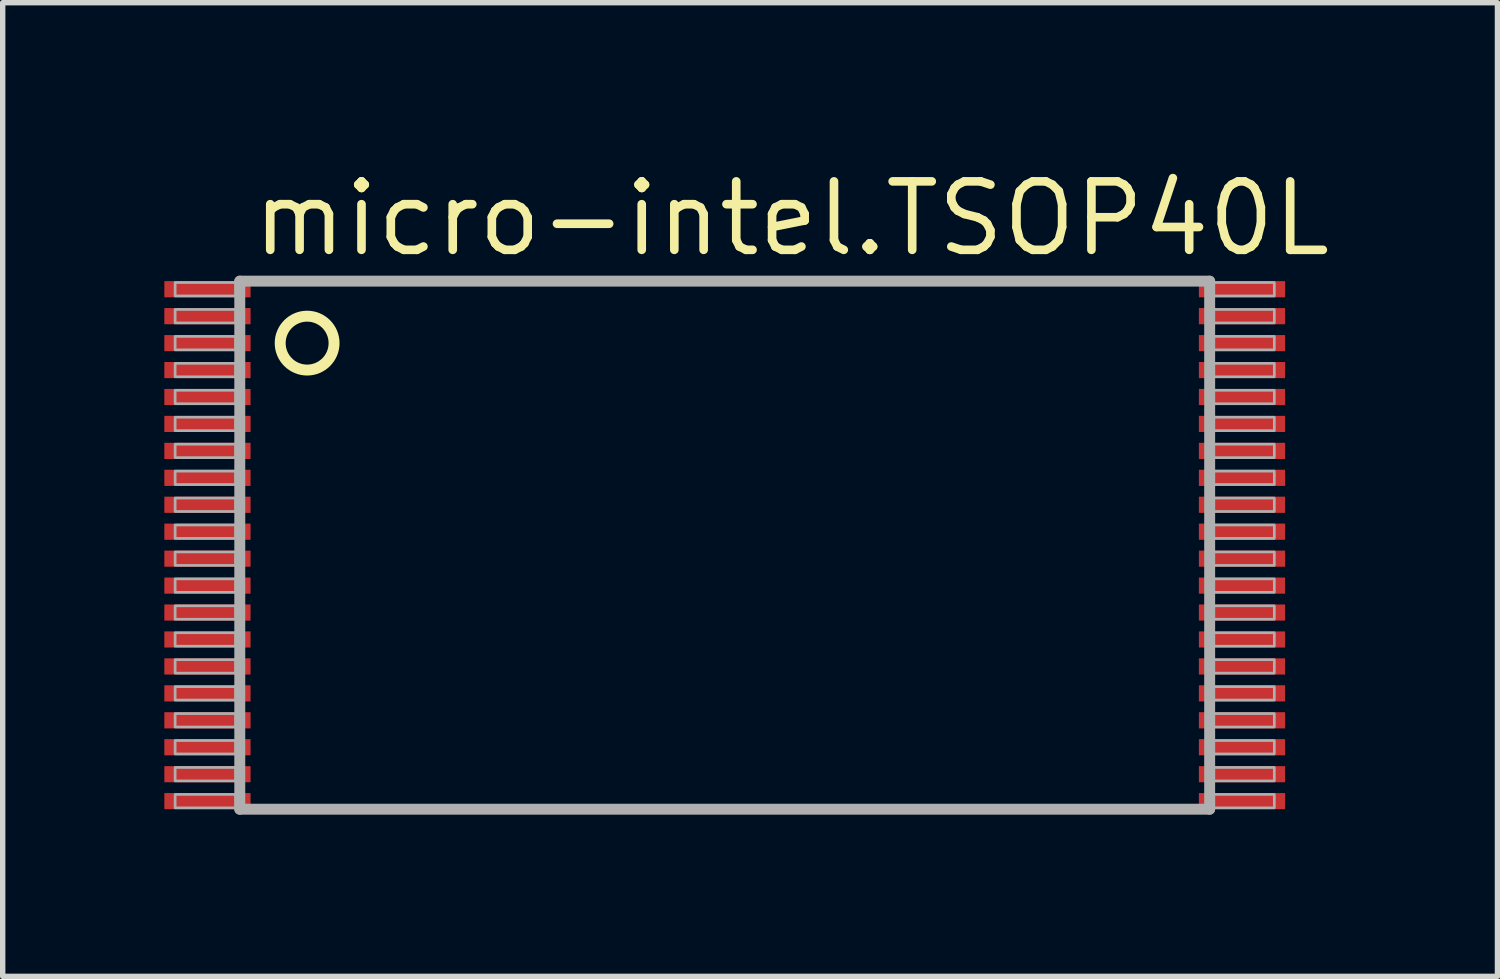
<source format=kicad_pcb>
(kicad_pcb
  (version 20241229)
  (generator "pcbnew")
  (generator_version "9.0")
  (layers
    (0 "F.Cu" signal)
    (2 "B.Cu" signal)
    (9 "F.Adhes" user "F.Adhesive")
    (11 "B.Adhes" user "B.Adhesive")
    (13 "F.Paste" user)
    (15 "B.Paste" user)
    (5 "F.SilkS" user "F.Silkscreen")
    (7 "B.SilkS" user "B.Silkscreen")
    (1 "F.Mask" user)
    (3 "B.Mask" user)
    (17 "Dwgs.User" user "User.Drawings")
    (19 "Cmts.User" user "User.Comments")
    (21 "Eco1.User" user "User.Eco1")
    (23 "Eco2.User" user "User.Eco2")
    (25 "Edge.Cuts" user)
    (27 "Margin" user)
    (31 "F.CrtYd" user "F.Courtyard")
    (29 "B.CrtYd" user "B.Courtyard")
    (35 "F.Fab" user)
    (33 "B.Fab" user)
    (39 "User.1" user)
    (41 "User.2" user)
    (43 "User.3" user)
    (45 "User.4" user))
  (footprint "micro-intel.TSOP40L"
    (layer "F.Cu")
    (at 10.4 7.068)
    (property "Reference" "micro-intel.TSOP40L" (at -8.842 -5.318 0) (layer "F.SilkS") (effects (font (size 1.27 1.27) (thickness 0.16)) (justify left bottom)))
    (attr smd)
    (fp_circle (center -7.75 -3.75) (end -7.25 -3.75) (stroke (width 0.203) (type default)) (fill no) (layer "F.SilkS"))
    (fp_line (start -9 -4.9) (end -9 4.9) (stroke (width 0.203) (type default)) (layer "F.Fab"))
    (fp_line (start -9 4.9) (end 9 4.9) (stroke (width 0.203) (type default)) (layer "F.Fab"))
    (fp_line (start 9 -4.9) (end -9 -4.9) (stroke (width 0.203) (type default)) (layer "F.Fab"))
    (fp_line (start 9 4.9) (end 9 -4.9) (stroke (width 0.203) (type default)) (layer "F.Fab"))
    (fp_rect (start -10.2 -4.625) (end -9.075 -4.875) (stroke (width 0.05) (type default)) (fill no) (layer "F.Fab"))
    (fp_rect (start -10.2 -4.125) (end -9.075 -4.375) (stroke (width 0.05) (type default)) (fill no) (layer "F.Fab"))
    (fp_rect (start -10.2 -3.625) (end -9.075 -3.875) (stroke (width 0.05) (type default)) (fill no) (layer "F.Fab"))
    (fp_rect (start -10.2 -3.125) (end -9.075 -3.375) (stroke (width 0.05) (type default)) (fill no) (layer "F.Fab"))
    (fp_rect (start -10.2 -2.625) (end -9.075 -2.875) (stroke (width 0.05) (type default)) (fill no) (layer "F.Fab"))
    (fp_rect (start -10.2 -2.125) (end -9.075 -2.375) (stroke (width 0.05) (type default)) (fill no) (layer "F.Fab"))
    (fp_rect (start -10.2 -1.625) (end -9.075 -1.875) (stroke (width 0.05) (type default)) (fill no) (layer "F.Fab"))
    (fp_rect (start -10.2 -1.125) (end -9.075 -1.375) (stroke (width 0.05) (type default)) (fill no) (layer "F.Fab"))
    (fp_rect (start -10.2 -0.625) (end -9.075 -0.875) (stroke (width 0.05) (type default)) (fill no) (layer "F.Fab"))
    (fp_rect (start -10.2 -0.125) (end -9.075 -0.375) (stroke (width 0.05) (type default)) (fill no) (layer "F.Fab"))
    (fp_rect (start -10.2 0.375) (end -9.075 0.125) (stroke (width 0.05) (type default)) (fill no) (layer "F.Fab"))
    (fp_rect (start -10.2 0.875) (end -9.075 0.625) (stroke (width 0.05) (type default)) (fill no) (layer "F.Fab"))
    (fp_rect (start -10.2 1.375) (end -9.075 1.125) (stroke (width 0.05) (type default)) (fill no) (layer "F.Fab"))
    (fp_rect (start -10.2 1.875) (end -9.075 1.625) (stroke (width 0.05) (type default)) (fill no) (layer "F.Fab"))
    (fp_rect (start -10.2 2.375) (end -9.075 2.125) (stroke (width 0.05) (type default)) (fill no) (layer "F.Fab"))
    (fp_rect (start -10.2 2.875) (end -9.075 2.625) (stroke (width 0.05) (type default)) (fill no) (layer "F.Fab"))
    (fp_rect (start -10.2 3.375) (end -9.075 3.125) (stroke (width 0.05) (type default)) (fill no) (layer "F.Fab"))
    (fp_rect (start -10.2 3.875) (end -9.075 3.625) (stroke (width 0.05) (type default)) (fill no) (layer "F.Fab"))
    (fp_rect (start -10.2 4.375) (end -9.075 4.125) (stroke (width 0.05) (type default)) (fill no) (layer "F.Fab"))
    (fp_rect (start -10.2 4.875) (end -9.075 4.625) (stroke (width 0.05) (type default)) (fill no) (layer "F.Fab"))
    (fp_rect (start 9.075 -4.625) (end 10.2 -4.875) (stroke (width 0.05) (type default)) (fill no) (layer "F.Fab"))
    (fp_rect (start 9.075 -4.125) (end 10.2 -4.375) (stroke (width 0.05) (type default)) (fill no) (layer "F.Fab"))
    (fp_rect (start 9.075 -3.625) (end 10.2 -3.875) (stroke (width 0.05) (type default)) (fill no) (layer "F.Fab"))
    (fp_rect (start 9.075 -3.125) (end 10.2 -3.375) (stroke (width 0.05) (type default)) (fill no) (layer "F.Fab"))
    (fp_rect (start 9.075 -2.625) (end 10.2 -2.875) (stroke (width 0.05) (type default)) (fill no) (layer "F.Fab"))
    (fp_rect (start 9.075 -2.125) (end 10.2 -2.375) (stroke (width 0.05) (type default)) (fill no) (layer "F.Fab"))
    (fp_rect (start 9.075 -1.625) (end 10.2 -1.875) (stroke (width 0.05) (type default)) (fill no) (layer "F.Fab"))
    (fp_rect (start 9.075 -1.125) (end 10.2 -1.375) (stroke (width 0.05) (type default)) (fill no) (layer "F.Fab"))
    (fp_rect (start 9.075 -0.625) (end 10.2 -0.875) (stroke (width 0.05) (type default)) (fill no) (layer "F.Fab"))
    (fp_rect (start 9.075 -0.125) (end 10.2 -0.375) (stroke (width 0.05) (type default)) (fill no) (layer "F.Fab"))
    (fp_rect (start 9.075 0.375) (end 10.2 0.125) (stroke (width 0.05) (type default)) (fill no) (layer "F.Fab"))
    (fp_rect (start 9.075 0.875) (end 10.2 0.625) (stroke (width 0.05) (type default)) (fill no) (layer "F.Fab"))
    (fp_rect (start 9.075 1.375) (end 10.2 1.125) (stroke (width 0.05) (type default)) (fill no) (layer "F.Fab"))
    (fp_rect (start 9.075 1.875) (end 10.2 1.625) (stroke (width 0.05) (type default)) (fill no) (layer "F.Fab"))
    (fp_rect (start 9.075 2.375) (end 10.2 2.125) (stroke (width 0.05) (type default)) (fill no) (layer "F.Fab"))
    (fp_rect (start 9.075 2.875) (end 10.2 2.625) (stroke (width 0.05) (type default)) (fill no) (layer "F.Fab"))
    (fp_rect (start 9.075 3.375) (end 10.2 3.125) (stroke (width 0.05) (type default)) (fill no) (layer "F.Fab"))
    (fp_rect (start 9.075 3.875) (end 10.2 3.625) (stroke (width 0.05) (type default)) (fill no) (layer "F.Fab"))
    (fp_rect (start 9.075 4.375) (end 10.2 4.125) (stroke (width 0.05) (type default)) (fill no) (layer "F.Fab"))
    (fp_rect (start 9.075 4.875) (end 10.2 4.625) (stroke (width 0.05) (type default)) (fill no) (layer "F.Fab"))
    (pad "1" smd roundrect (at -9.6 -4.75) (size 1.6 0.3) (layers "F.Cu" "F.Mask" "F.Paste") (roundrect_rratio 0.01))
    (pad "2" smd roundrect (at -9.6 -4.25) (size 1.6 0.3) (layers "F.Cu" "F.Mask" "F.Paste") (roundrect_rratio 0.01))
    (pad "3" smd roundrect (at -9.6 -3.75) (size 1.6 0.3) (layers "F.Cu" "F.Mask" "F.Paste") (roundrect_rratio 0.01))
    (pad "4" smd roundrect (at -9.6 -3.25) (size 1.6 0.3) (layers "F.Cu" "F.Mask" "F.Paste") (roundrect_rratio 0.01))
    (pad "5" smd roundrect (at -9.6 -2.75) (size 1.6 0.3) (layers "F.Cu" "F.Mask" "F.Paste") (roundrect_rratio 0.01))
    (pad "6" smd roundrect (at -9.6 -2.25) (size 1.6 0.3) (layers "F.Cu" "F.Mask" "F.Paste") (roundrect_rratio 0.01))
    (pad "7" smd roundrect (at -9.6 -1.75) (size 1.6 0.3) (layers "F.Cu" "F.Mask" "F.Paste") (roundrect_rratio 0.01))
    (pad "8" smd roundrect (at -9.6 -1.25) (size 1.6 0.3) (layers "F.Cu" "F.Mask" "F.Paste") (roundrect_rratio 0.01))
    (pad "9" smd roundrect (at -9.6 -0.75) (size 1.6 0.3) (layers "F.Cu" "F.Mask" "F.Paste") (roundrect_rratio 0.01))
    (pad "10" smd roundrect (at -9.6 -0.25) (size 1.6 0.3) (layers "F.Cu" "F.Mask" "F.Paste") (roundrect_rratio 0.01))
    (pad "11" smd roundrect (at -9.6 0.25) (size 1.6 0.3) (layers "F.Cu" "F.Mask" "F.Paste") (roundrect_rratio 0.01))
    (pad "12" smd roundrect (at -9.6 0.75) (size 1.6 0.3) (layers "F.Cu" "F.Mask" "F.Paste") (roundrect_rratio 0.01))
    (pad "13" smd roundrect (at -9.6 1.25) (size 1.6 0.3) (layers "F.Cu" "F.Mask" "F.Paste") (roundrect_rratio 0.01))
    (pad "14" smd roundrect (at -9.6 1.75) (size 1.6 0.3) (layers "F.Cu" "F.Mask" "F.Paste") (roundrect_rratio 0.01))
    (pad "15" smd roundrect (at -9.6 2.25) (size 1.6 0.3) (layers "F.Cu" "F.Mask" "F.Paste") (roundrect_rratio 0.01))
    (pad "16" smd roundrect (at -9.6 2.75) (size 1.6 0.3) (layers "F.Cu" "F.Mask" "F.Paste") (roundrect_rratio 0.01))
    (pad "17" smd roundrect (at -9.6 3.25) (size 1.6 0.3) (layers "F.Cu" "F.Mask" "F.Paste") (roundrect_rratio 0.01))
    (pad "18" smd roundrect (at -9.6 3.75) (size 1.6 0.3) (layers "F.Cu" "F.Mask" "F.Paste") (roundrect_rratio 0.01))
    (pad "19" smd roundrect (at -9.6 4.25) (size 1.6 0.3) (layers "F.Cu" "F.Mask" "F.Paste") (roundrect_rratio 0.01))
    (pad "20" smd roundrect (at -9.6 4.75) (size 1.6 0.3) (layers "F.Cu" "F.Mask" "F.Paste") (roundrect_rratio 0.01))
    (pad "21" smd roundrect (at 9.6 4.75) (size 1.6 0.3) (layers "F.Cu" "F.Mask" "F.Paste") (roundrect_rratio 0.01))
    (pad "22" smd roundrect (at 9.6 4.25) (size 1.6 0.3) (layers "F.Cu" "F.Mask" "F.Paste") (roundrect_rratio 0.01))
    (pad "23" smd roundrect (at 9.6 3.75) (size 1.6 0.3) (layers "F.Cu" "F.Mask" "F.Paste") (roundrect_rratio 0.01))
    (pad "24" smd roundrect (at 9.6 3.25) (size 1.6 0.3) (layers "F.Cu" "F.Mask" "F.Paste") (roundrect_rratio 0.01))
    (pad "25" smd roundrect (at 9.6 2.75) (size 1.6 0.3) (layers "F.Cu" "F.Mask" "F.Paste") (roundrect_rratio 0.01))
    (pad "26" smd roundrect (at 9.6 2.25) (size 1.6 0.3) (layers "F.Cu" "F.Mask" "F.Paste") (roundrect_rratio 0.01))
    (pad "27" smd roundrect (at 9.6 1.75) (size 1.6 0.3) (layers "F.Cu" "F.Mask" "F.Paste") (roundrect_rratio 0.01))
    (pad "28" smd roundrect (at 9.6 1.25) (size 1.6 0.3) (layers "F.Cu" "F.Mask" "F.Paste") (roundrect_rratio 0.01))
    (pad "29" smd roundrect (at 9.6 0.75) (size 1.6 0.3) (layers "F.Cu" "F.Mask" "F.Paste") (roundrect_rratio 0.01))
    (pad "30" smd roundrect (at 9.6 0.25) (size 1.6 0.3) (layers "F.Cu" "F.Mask" "F.Paste") (roundrect_rratio 0.01))
    (pad "31" smd roundrect (at 9.6 -0.25) (size 1.6 0.3) (layers "F.Cu" "F.Mask" "F.Paste") (roundrect_rratio 0.01))
    (pad "32" smd roundrect (at 9.6 -0.75) (size 1.6 0.3) (layers "F.Cu" "F.Mask" "F.Paste") (roundrect_rratio 0.01))
    (pad "33" smd roundrect (at 9.6 -1.25) (size 1.6 0.3) (layers "F.Cu" "F.Mask" "F.Paste") (roundrect_rratio 0.01))
    (pad "34" smd roundrect (at 9.6 -1.75) (size 1.6 0.3) (layers "F.Cu" "F.Mask" "F.Paste") (roundrect_rratio 0.01))
    (pad "35" smd roundrect (at 9.6 -2.25) (size 1.6 0.3) (layers "F.Cu" "F.Mask" "F.Paste") (roundrect_rratio 0.01))
    (pad "36" smd roundrect (at 9.6 -2.75) (size 1.6 0.3) (layers "F.Cu" "F.Mask" "F.Paste") (roundrect_rratio 0.01))
    (pad "37" smd roundrect (at 9.6 -3.25) (size 1.6 0.3) (layers "F.Cu" "F.Mask" "F.Paste") (roundrect_rratio 0.01))
    (pad "38" smd roundrect (at 9.6 -3.75) (size 1.6 0.3) (layers "F.Cu" "F.Mask" "F.Paste") (roundrect_rratio 0.01))
    (pad "39" smd roundrect (at 9.6 -4.25) (size 1.6 0.3) (layers "F.Cu" "F.Mask" "F.Paste") (roundrect_rratio 0.01))
    (pad "40" smd roundrect (at 9.6 -4.75) (size 1.6 0.3) (layers "F.Cu" "F.Mask" "F.Paste") (roundrect_rratio 0.01)))
  (gr_rect
    (start -3 -3)
    (end 24.741 15.07)
    (stroke (width 0.1) (type default))
    (fill no)
    (layer "Edge.Cuts")))
</source>
